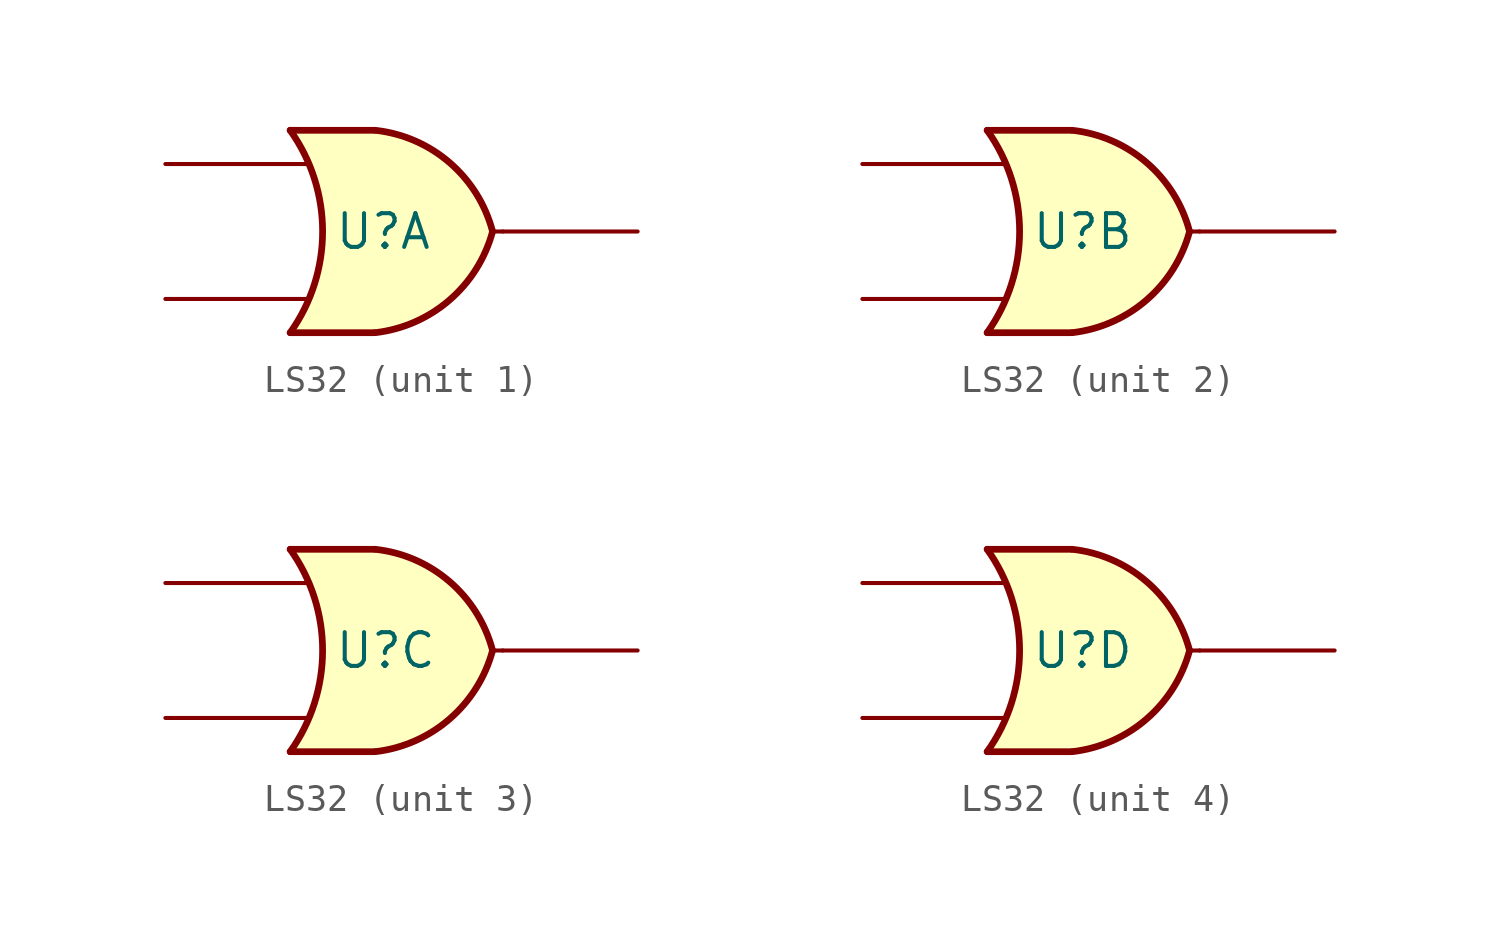
<source format=kicad_sym>
(kicad_symbol_lib
  (version 20211014)
  (generator kicad_symbol_editor)
  (symbol "LS32"
    (property "Reference" "U"
      (at -1.27 0 0)
      (effects (font (size 1.27 1.27)) (justify left)))
    (symbol "LS32_0_0"
      (polyline (pts (xy -2.54 -2.54) (xy -2.286 -2.54)) (stroke (width 0) (type default) (color 0 0 0 0)) (fill (type none)))
      (polyline (pts (xy -2.54 2.54) (xy -2.286 2.54)) (stroke (width 0) (type default) (color 0 0 0 0)) (fill (type none)))
      (polyline (pts (xy 5.08 0) (xy 4.699 0)) (stroke (width 0) (type default) (color 0 0 0 0)) (fill (type none))))
    (symbol "LS32_1_1"
      (arc (start -2.9212 -3.81) (mid -1.7002 0) (end -2.9212 3.81) (stroke (width 0.254) (type default) (color 0 0 0 0)) (fill (type none)))
      (polyline (pts (xy -2.921 -3.81) (xy 0.254 -3.81)) (stroke (width 0.254) (type default) (color 0 0 0 0)) (fill (type background)))
      (polyline (pts (xy -2.921 3.81) (xy 0.254 3.81)) (stroke (width 0.254) (type default) (color 0 0 0 0)) (fill (type background)))
      (polyline (pts (xy 0.254 3.81) (xy -2.921 3.81) (xy -2.921 3.81) (xy -2.667 3.404) (xy -2.134 2.261) (xy -1.804 1.041) (xy -1.727 -0.254) (xy -1.88 -1.499) (xy -2.286 -2.718) (xy -2.921 -3.81) (xy -2.921 -3.81) (xy 0.254 -3.81)) (stroke (width -25.4) (type default) (color 0 0 0 0)) (fill (type background)))
      (arc (start 0.2792 -3.81) (mid 3.0743 -2.584) (end 4.6988 0) (stroke (width 0.254) (type default) (color 0 0 0 0)) (fill (type background)))
      (arc (start 4.6988 0) (mid 3.0816 2.5925) (end 0.2792 3.81) (stroke (width 0.254) (type default) (color 0 0 0 0)) (fill (type background)))
      (pin passive line (at -7.62 -2.54 0) (length 5.08) (name "" (effects (font (size 1.27 1.27)))) (number "" (effects (font (size 1.27 1.27)))))
      (pin passive line (at -7.62 2.54 0) (length 5.08) (name "" (effects (font (size 1.27 1.27)))) (number "" (effects (font (size 1.27 1.27)))))
      (pin passive line (at 10.16 0 180) (length 5.08) (name "" (effects (font (size 1.27 1.27)))) (number "" (effects (font (size 1.27 1.27))))))
    (symbol "LS32_2_1"
      (arc (start -2.9212 -3.81) (mid -1.7002 0) (end -2.9212 3.81) (stroke (width 0.254) (type default) (color 0 0 0 0)) (fill (type none)))
      (polyline (pts (xy -2.921 -3.81) (xy 0.254 -3.81)) (stroke (width 0.254) (type default) (color 0 0 0 0)) (fill (type background)))
      (polyline (pts (xy -2.921 3.81) (xy 0.254 3.81)) (stroke (width 0.254) (type default) (color 0 0 0 0)) (fill (type background)))
      (polyline (pts (xy 0.254 3.81) (xy -2.921 3.81) (xy -2.921 3.81) (xy -2.667 3.404) (xy -2.134 2.261) (xy -1.804 1.041) (xy -1.727 -0.254) (xy -1.88 -1.499) (xy -2.286 -2.718) (xy -2.921 -3.81) (xy -2.921 -3.81) (xy 0.254 -3.81)) (stroke (width -25.4) (type default) (color 0 0 0 0)) (fill (type background)))
      (arc (start 0.2792 -3.81) (mid 3.0743 -2.584) (end 4.6988 0) (stroke (width 0.254) (type default) (color 0 0 0 0)) (fill (type background)))
      (arc (start 4.6988 0) (mid 3.0816 2.5925) (end 0.2792 3.81) (stroke (width 0.254) (type default) (color 0 0 0 0)) (fill (type background)))
      (pin passive line (at -7.62 -2.54 0) (length 5.08) (name "" (effects (font (size 1.27 1.27)))) (number "" (effects (font (size 1.27 1.27)))))
      (pin passive line (at -7.62 2.54 0) (length 5.08) (name "" (effects (font (size 1.27 1.27)))) (number "" (effects (font (size 1.27 1.27)))))
      (pin passive line (at 10.16 0 180) (length 5.08) (name "" (effects (font (size 1.27 1.27)))) (number "" (effects (font (size 1.27 1.27))))))
    (symbol "LS32_3_1"
      (arc (start -2.9212 -3.81) (mid -1.7002 0) (end -2.9212 3.81) (stroke (width 0.254) (type default) (color 0 0 0 0)) (fill (type none)))
      (polyline (pts (xy -2.921 -3.81) (xy 0.254 -3.81)) (stroke (width 0.254) (type default) (color 0 0 0 0)) (fill (type background)))
      (polyline (pts (xy -2.921 3.81) (xy 0.254 3.81)) (stroke (width 0.254) (type default) (color 0 0 0 0)) (fill (type background)))
      (polyline (pts (xy 0.254 3.81) (xy -2.921 3.81) (xy -2.921 3.81) (xy -2.667 3.404) (xy -2.134 2.261) (xy -1.804 1.041) (xy -1.727 -0.254) (xy -1.88 -1.499) (xy -2.286 -2.718) (xy -2.921 -3.81) (xy -2.921 -3.81) (xy 0.254 -3.81)) (stroke (width -25.4) (type default) (color 0 0 0 0)) (fill (type background)))
      (arc (start 0.2792 -3.81) (mid 3.0743 -2.584) (end 4.6988 0) (stroke (width 0.254) (type default) (color 0 0 0 0)) (fill (type background)))
      (arc (start 4.6988 0) (mid 3.0816 2.5925) (end 0.2792 3.81) (stroke (width 0.254) (type default) (color 0 0 0 0)) (fill (type background)))
      (pin passive line (at -7.62 -2.54 0) (length 5.08) (name "" (effects (font (size 1.27 1.27)))) (number "" (effects (font (size 1.27 1.27)))))
      (pin passive line (at -7.62 2.54 0) (length 5.08) (name "" (effects (font (size 1.27 1.27)))) (number "" (effects (font (size 1.27 1.27)))))
      (pin passive line (at 10.16 0 180) (length 5.08) (name "" (effects (font (size 1.27 1.27)))) (number "" (effects (font (size 1.27 1.27))))))
    (symbol "LS32_4_1"
      (arc (start -2.9212 -3.81) (mid -1.7002 0) (end -2.9212 3.81) (stroke (width 0.254) (type default) (color 0 0 0 0)) (fill (type none)))
      (polyline (pts (xy -2.921 -3.81) (xy 0.254 -3.81)) (stroke (width 0.254) (type default) (color 0 0 0 0)) (fill (type background)))
      (polyline (pts (xy -2.921 3.81) (xy 0.254 3.81)) (stroke (width 0.254) (type default) (color 0 0 0 0)) (fill (type background)))
      (polyline (pts (xy 0.254 3.81) (xy -2.921 3.81) (xy -2.921 3.81) (xy -2.667 3.404) (xy -2.134 2.261) (xy -1.804 1.041) (xy -1.727 -0.254) (xy -1.88 -1.499) (xy -2.286 -2.718) (xy -2.921 -3.81) (xy -2.921 -3.81) (xy 0.254 -3.81)) (stroke (width -25.4) (type default) (color 0 0 0 0)) (fill (type background)))
      (arc (start 0.2792 -3.81) (mid 3.0743 -2.584) (end 4.6988 0) (stroke (width 0.254) (type default) (color 0 0 0 0)) (fill (type background)))
      (arc (start 4.6988 0) (mid 3.0816 2.5925) (end 0.2792 3.81) (stroke (width 0.254) (type default) (color 0 0 0 0)) (fill (type background)))
      (pin passive line (at -7.62 -2.54 0) (length 5.08) (name "" (effects (font (size 1.27 1.27)))) (number "" (effects (font (size 1.27 1.27)))))
      (pin passive line (at -7.62 2.54 0) (length 5.08) (name "" (effects (font (size 1.27 1.27)))) (number "" (effects (font (size 1.27 1.27)))))
      (pin passive line (at 10.16 0 180) (length 5.08) (name "" (effects (font (size 1.27 1.27)))) (number "" (effects (font (size 1.27 1.27))))))))
</source>
